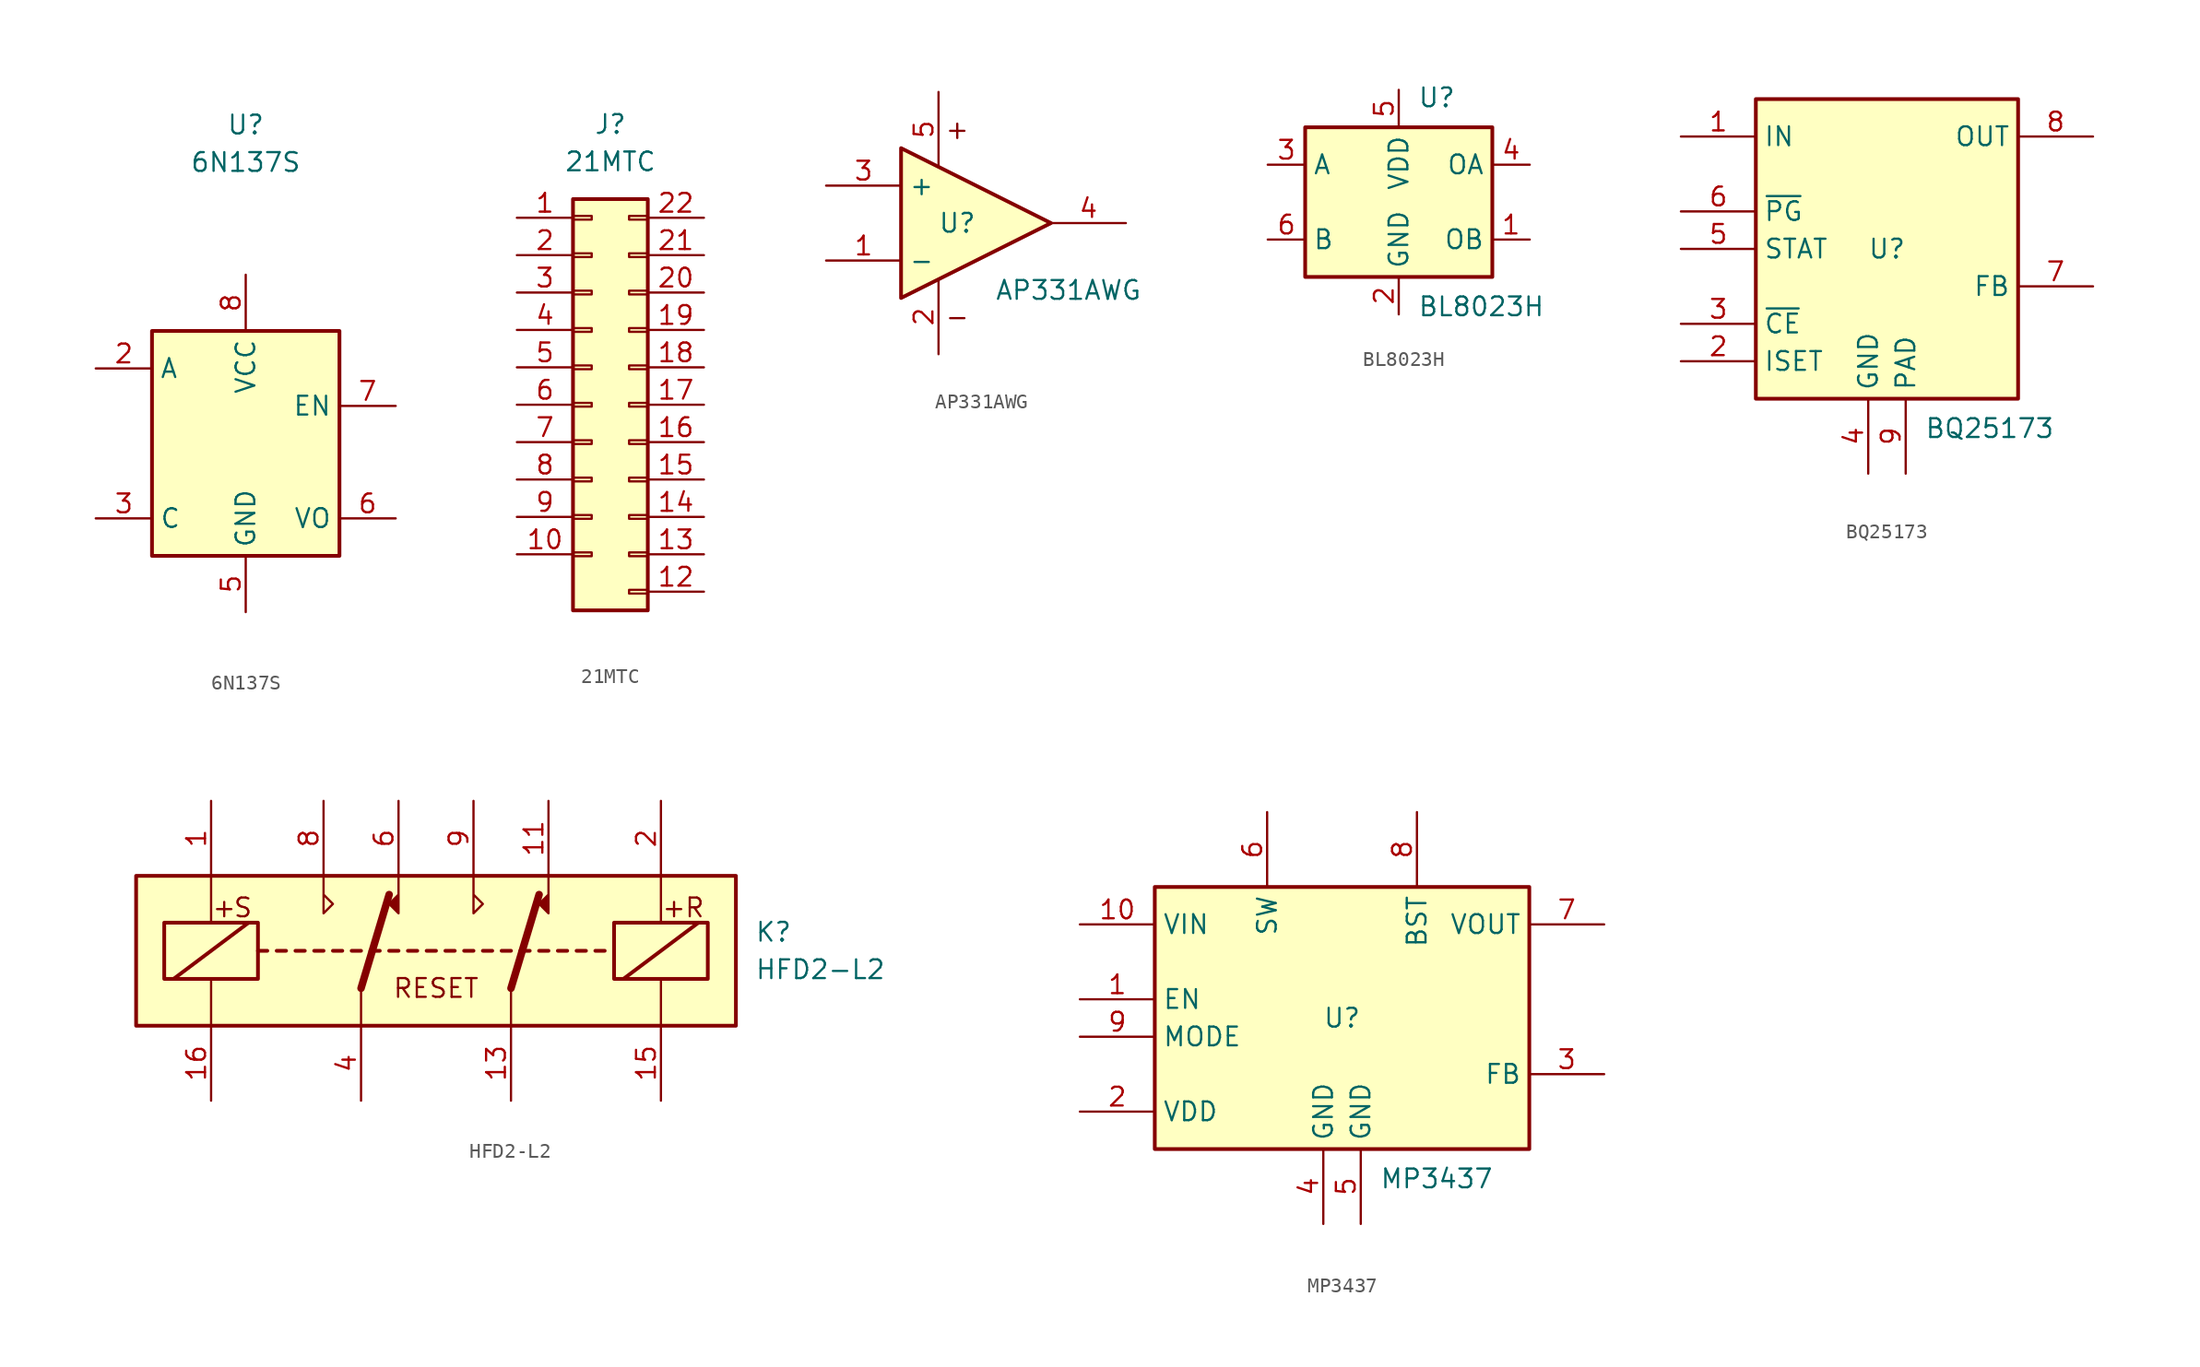
<source format=kicad_sym>
(kicad_symbol_lib
  (version 20220914)
  (generator kicad_symbol_editor)
  (symbol "6N137S"
    (property "Reference" "U"
      (at 0 21.59 0)
      (effects (font (size 1.27 1.27))))
    (property "Value" "6N137S"
      (at 0 19.05 0)
      (effects (font (size 1.27 1.27))))
    (symbol "6N137S_0_1"
      (rectangle (start -6.35 7.62) (end 6.35 -7.62) (stroke (width 0.254) (type default)) (fill (type background))))
    (symbol "6N137S_1_1"
      (pin input line (at -10.16 5.08 0) (length 3.81) (name "A" (effects (font (size 1.27 1.27)))) (number "2" (effects (font (size 1.27 1.27)))))
      (pin input line (at -10.16 -5.08 0) (length 3.81) (name "C" (effects (font (size 1.27 1.27)))) (number "3" (effects (font (size 1.27 1.27)))))
      (pin input line (at 0 -11.43 90) (length 3.81) (name "GND" (effects (font (size 1.27 1.27)))) (number "5" (effects (font (size 1.27 1.27)))))
      (pin input line (at 10.16 -5.08 180) (length 3.81) (name "VO" (effects (font (size 1.27 1.27)))) (number "6" (effects (font (size 1.27 1.27)))))
      (pin input line (at 10.16 2.54 180) (length 3.81) (name "EN" (effects (font (size 1.27 1.27)))) (number "7" (effects (font (size 1.27 1.27)))))
      (pin input line (at 0 11.43 270) (length 3.81) (name "VCC" (effects (font (size 1.27 1.27)))) (number "8" (effects (font (size 1.27 1.27)))))))
  (symbol "21MTC"
    (pin_names hide)
    (property "Reference" "J"
      (at 0 19.05 0)
      (effects (font (size 1.27 1.27))))
    (property "Value" "21MTC"
      (at 0 16.51 0)
      (effects (font (size 1.27 1.27))))
    (symbol "21MTC_1_1"
      (rectangle (start -2.54 -13.97) (end 2.54 13.97) (stroke (width 0.254) (type default)) (fill (type background)))
      (rectangle (start -1.27 -10.287) (end -2.54 -10.033) (stroke (width 0.152) (type default)) (fill (type none)))
      (rectangle (start -1.27 -7.747) (end -2.54 -7.493) (stroke (width 0.152) (type default)) (fill (type none)))
      (rectangle (start -1.27 -5.207) (end -2.54 -4.953) (stroke (width 0.152) (type default)) (fill (type none)))
      (rectangle (start -1.27 -2.667) (end -2.54 -2.413) (stroke (width 0.152) (type default)) (fill (type none)))
      (rectangle (start -1.27 -0.127) (end -2.54 0.127) (stroke (width 0.152) (type default)) (fill (type none)))
      (rectangle (start -1.27 2.413) (end -2.54 2.667) (stroke (width 0.152) (type default)) (fill (type none)))
      (rectangle (start -1.27 4.953) (end -2.54 5.207) (stroke (width 0.152) (type default)) (fill (type none)))
      (rectangle (start -1.27 7.493) (end -2.54 7.747) (stroke (width 0.152) (type default)) (fill (type none)))
      (rectangle (start -1.27 10.033) (end -2.54 10.287) (stroke (width 0.152) (type default)) (fill (type none)))
      (rectangle (start -1.27 12.573) (end -2.54 12.827) (stroke (width 0.152) (type default)) (fill (type none)))
      (rectangle (start 1.27 -12.827) (end 2.54 -12.573) (stroke (width 0.152) (type default)) (fill (type none)))
      (rectangle (start 1.27 -10.287) (end 2.54 -10.033) (stroke (width 0.152) (type default)) (fill (type none)))
      (rectangle (start 1.27 -7.747) (end 2.54 -7.493) (stroke (width 0.152) (type default)) (fill (type none)))
      (rectangle (start 1.27 -5.207) (end 2.54 -4.953) (stroke (width 0.152) (type default)) (fill (type none)))
      (rectangle (start 1.27 -2.667) (end 2.54 -2.413) (stroke (width 0.152) (type default)) (fill (type none)))
      (rectangle (start 1.27 -0.127) (end 2.54 0.127) (stroke (width 0.152) (type default)) (fill (type none)))
      (rectangle (start 1.27 2.413) (end 2.54 2.667) (stroke (width 0.152) (type default)) (fill (type none)))
      (rectangle (start 1.27 4.953) (end 2.54 5.207) (stroke (width 0.152) (type default)) (fill (type none)))
      (rectangle (start 1.27 7.493) (end 2.54 7.747) (stroke (width 0.152) (type default)) (fill (type none)))
      (rectangle (start 1.27 10.033) (end 2.54 10.287) (stroke (width 0.152) (type default)) (fill (type none)))
      (rectangle (start 1.27 12.573) (end 2.54 12.827) (stroke (width 0.152) (type default)) (fill (type none)))
      (pin passive line (at -6.35 12.7 0) (length 3.81) (name "Pin_2" (effects (font (size 1.27 1.27)))) (number "1" (effects (font (size 1.27 1.27)))))
      (pin passive line (at -6.35 -10.16 0) (length 3.81) (name "Pin_20" (effects (font (size 1.27 1.27)))) (number "10" (effects (font (size 1.27 1.27)))))
      (pin passive line (at 6.35 -12.7 180) (length 3.81) (name "Pin_21" (effects (font (size 1.27 1.27)))) (number "12" (effects (font (size 1.27 1.27)))))
      (pin passive line (at 6.35 -10.16 180) (length 3.81) (name "Pin_19" (effects (font (size 1.27 1.27)))) (number "13" (effects (font (size 1.27 1.27)))))
      (pin passive line (at 6.35 -7.62 180) (length 3.81) (name "Pin_17" (effects (font (size 1.27 1.27)))) (number "14" (effects (font (size 1.27 1.27)))))
      (pin passive line (at 6.35 -5.08 180) (length 3.81) (name "Pin_15" (effects (font (size 1.27 1.27)))) (number "15" (effects (font (size 1.27 1.27)))))
      (pin passive line (at 6.35 -2.54 180) (length 3.81) (name "Pin_13" (effects (font (size 1.27 1.27)))) (number "16" (effects (font (size 1.27 1.27)))))
      (pin passive line (at 6.35 0 180) (length 3.81) (name "Pin_11" (effects (font (size 1.27 1.27)))) (number "17" (effects (font (size 1.27 1.27)))))
      (pin passive line (at 6.35 2.54 180) (length 3.81) (name "Pin_9" (effects (font (size 1.27 1.27)))) (number "18" (effects (font (size 1.27 1.27)))))
      (pin passive line (at 6.35 5.08 180) (length 3.81) (name "Pin_7" (effects (font (size 1.27 1.27)))) (number "19" (effects (font (size 1.27 1.27)))))
      (pin passive line (at -6.35 10.16 0) (length 3.81) (name "Pin_4" (effects (font (size 1.27 1.27)))) (number "2" (effects (font (size 1.27 1.27)))))
      (pin passive line (at 6.35 7.62 180) (length 3.81) (name "Pin_5" (effects (font (size 1.27 1.27)))) (number "20" (effects (font (size 1.27 1.27)))))
      (pin passive line (at 6.35 10.16 180) (length 3.81) (name "Pin_3" (effects (font (size 1.27 1.27)))) (number "21" (effects (font (size 1.27 1.27)))))
      (pin passive line (at 6.35 12.7 180) (length 3.81) (name "Pin_1" (effects (font (size 1.27 1.27)))) (number "22" (effects (font (size 1.27 1.27)))))
      (pin passive line (at -6.35 7.62 0) (length 3.81) (name "Pin_6" (effects (font (size 1.27 1.27)))) (number "3" (effects (font (size 1.27 1.27)))))
      (pin passive line (at -6.35 5.08 0) (length 3.81) (name "Pin_8" (effects (font (size 1.27 1.27)))) (number "4" (effects (font (size 1.27 1.27)))))
      (pin passive line (at -6.35 2.54 0) (length 3.81) (name "Pin_10" (effects (font (size 1.27 1.27)))) (number "5" (effects (font (size 1.27 1.27)))))
      (pin passive line (at -6.35 0 0) (length 3.81) (name "Pin_12" (effects (font (size 1.27 1.27)))) (number "6" (effects (font (size 1.27 1.27)))))
      (pin passive line (at -6.35 -2.54 0) (length 3.81) (name "Pin_14" (effects (font (size 1.27 1.27)))) (number "7" (effects (font (size 1.27 1.27)))))
      (pin passive line (at -6.35 -5.08 0) (length 3.81) (name "Pin_16" (effects (font (size 1.27 1.27)))) (number "8" (effects (font (size 1.27 1.27)))))
      (pin passive line (at -6.35 -7.62 0) (length 3.81) (name "Pin_18" (effects (font (size 1.27 1.27)))) (number "9" (effects (font (size 1.27 1.27)))))))
  (symbol "AP331AWG"
    (property "Reference" "U"
      (at -1.27 0 0)
      (do_not_autoplace)
      (effects (font (size 1.27 1.27))))
    (property "Value" "AP331AWG"
      (at 1.27 -3.81 0)
      (effects (font (size 1.27 1.27)) (justify left top)))
    (symbol "AP331AWG_0_1"
      (polyline (pts (xy 5.08 0) (xy -5.08 5.08) (xy -5.08 -5.08) (xy 5.08 0)) (stroke (width 0.254) (type default)) (fill (type background)))
      (text "+" (at -1.27 6.35 0) (effects (font (size 1.27 1.27))))
      (text "-" (at -1.27 -6.35 0) (effects (font (size 1.27 1.27)))))
    (symbol "AP331AWG_1_1"
      (pin input line (at -10.16 -2.54 0) (length 5.08) (name "-" (effects (font (size 1.27 1.27)))) (number "1" (effects (font (size 1.27 1.27)))))
      (pin power_out line (at -2.54 -8.89 90) (length 5.08) (name "" (effects (font (size 1.27 1.27)))) (number "2" (effects (font (size 1.27 1.27)))))
      (pin input line (at -10.16 2.54 0) (length 5.08) (name "+" (effects (font (size 1.27 1.27)))) (number "3" (effects (font (size 1.27 1.27)))))
      (pin open_collector line (at 10.16 0 180) (length 5.08) (name "" (effects (font (size 1.27 1.27)))) (number "4" (effects (font (size 1.27 1.27)))))
      (pin power_in line (at -2.54 8.89 270) (length 5.08) (name "" (effects (font (size 1.27 1.27)))) (number "5" (effects (font (size 1.27 1.27)))))))
  (symbol "BL8023H"
    (property "Reference" "U"
      (at 1.27 6.35 0)
      (effects (font (size 1.27 1.27)) (justify left bottom)))
    (property "Value" "BL8023H"
      (at 1.27 -6.35 0)
      (effects (font (size 1.27 1.27)) (justify left top)))
    (symbol "BL8023H_0_1"
      (rectangle (start -6.35 5.08) (end 6.35 -5.08) (stroke (width 0.254) (type default)) (fill (type background))))
    (symbol "BL8023H_1_1"
      (pin input line (at 8.89 -2.54 180) (length 2.54) (name "OB" (effects (font (size 1.27 1.27)))) (number "1" (effects (font (size 1.27 1.27)))))
      (pin input line (at 0 -7.62 90) (length 2.54) (name "GND" (effects (font (size 1.27 1.27)))) (number "2" (effects (font (size 1.27 1.27)))))
      (pin input line (at -8.89 2.54 0) (length 2.54) (name "A" (effects (font (size 1.27 1.27)))) (number "3" (effects (font (size 1.27 1.27)))))
      (pin input line (at 8.89 2.54 180) (length 2.54) (name "OA" (effects (font (size 1.27 1.27)))) (number "4" (effects (font (size 1.27 1.27)))))
      (pin input line (at 0 7.62 270) (length 2.54) (name "VDD" (effects (font (size 1.27 1.27)))) (number "5" (effects (font (size 1.27 1.27)))))
      (pin input line (at -8.89 -2.54 0) (length 2.54) (name "B" (effects (font (size 1.27 1.27)))) (number "6" (effects (font (size 1.27 1.27)))))))
  (symbol "BQ25173"
    (property "Reference" "U"
      (at 0 0 0)
      (do_not_autoplace)
      (effects (font (size 1.27 1.27))))
    (property "Value" "BQ25173"
      (at 2.54 -11.43 0)
      (do_not_autoplace)
      (effects (font (size 1.27 1.27)) (justify left top)))
    (symbol "BQ25173_0_1"
      (rectangle (start -8.89 10.16) (end 8.89 -10.16) (stroke (width 0.254) (type default)) (fill (type background))))
    (symbol "BQ25173_1_1"
      (pin power_in line (at -13.97 7.62 0) (length 5.08) (name "IN" (effects (font (size 1.27 1.27)))) (number "1" (effects (font (size 1.27 1.27)))))
      (pin input line (at -13.97 -7.62 0) (length 5.08) (name "ISET" (effects (font (size 1.27 1.27)))) (number "2" (effects (font (size 1.27 1.27)))))
      (pin input line (at -13.97 -5.08 0) (length 5.08) (name "~{CE}" (effects (font (size 1.27 1.27)))) (number "3" (effects (font (size 1.27 1.27)))))
      (pin power_in line (at -1.27 -15.24 90) (length 5.08) (name "GND" (effects (font (size 1.27 1.27)))) (number "4" (effects (font (size 1.27 1.27)))))
      (pin output line (at -13.97 0 0) (length 5.08) (name "STAT" (effects (font (size 1.27 1.27)))) (number "5" (effects (font (size 1.27 1.27)))))
      (pin output line (at -13.97 2.54 0) (length 5.08) (name "~{PG}" (effects (font (size 1.27 1.27)))) (number "6" (effects (font (size 1.27 1.27)))))
      (pin input line (at 13.97 -2.54 180) (length 5.08) (name "FB" (effects (font (size 1.27 1.27)))) (number "7" (effects (font (size 1.27 1.27)))))
      (pin power_out line (at 13.97 7.62 180) (length 5.08) (name "OUT" (effects (font (size 1.27 1.27)))) (number "8" (effects (font (size 1.27 1.27)))))
      (pin power_in line (at 1.27 -15.24 90) (length 5.08) (name "PAD" (effects (font (size 1.27 1.27)))) (number "9" (effects (font (size 1.27 1.27)))))))
  (symbol "HFD2-L2"
    (property "Reference" "K"
      (at 21.59 1.27 0)
      (do_not_autoplace)
      (effects (font (size 1.27 1.27)) (justify left)))
    (property "Value" "HFD2-L2"
      (at 21.59 -1.27 0)
      (do_not_autoplace)
      (effects (font (size 1.27 1.27)) (justify left)))
    (symbol "HFD2-L2_0_1"
      (text "RESET" (at 0 -2.54 0) (effects (font (size 1.27 1.27)))))
    (symbol "HFD2-L2_1_1"
      (rectangle (start -20.32 5.08) (end 20.32 -5.08) (stroke (width 0.254) (type default)) (fill (type background)))
      (rectangle (start -18.415 1.905) (end -12.065 -1.905) (stroke (width 0.254) (type default)) (fill (type none)))
      (polyline (pts (xy -17.78 -1.905) (xy -12.7 1.905)) (stroke (width 0.254) (type default)) (fill (type none)))
      (polyline (pts (xy -15.24 -5.08) (xy -15.24 -1.905)) (stroke (width 0) (type default)) (fill (type none)))
      (polyline (pts (xy -15.24 5.08) (xy -15.24 1.905)) (stroke (width 0) (type default)) (fill (type none)))
      (polyline (pts (xy -12.065 0) (xy -11.43 0)) (stroke (width 0.254) (type default)) (fill (type none)))
      (polyline (pts (xy -10.795 0) (xy -10.16 0)) (stroke (width 0.254) (type default)) (fill (type none)))
      (polyline (pts (xy -9.525 0) (xy -8.89 0)) (stroke (width 0.254) (type default)) (fill (type none)))
      (polyline (pts (xy -8.255 0) (xy -7.62 0)) (stroke (width 0.254) (type default)) (fill (type none)))
      (polyline (pts (xy -6.985 0) (xy -6.35 0)) (stroke (width 0.254) (type default)) (fill (type none)))
      (polyline (pts (xy -5.715 0) (xy -5.08 0)) (stroke (width 0.254) (type default)) (fill (type none)))
      (polyline (pts (xy -5.08 -2.54) (xy -5.08 -5.08)) (stroke (width 0) (type default)) (fill (type none)))
      (polyline (pts (xy -5.08 -2.54) (xy -3.175 3.81)) (stroke (width 0.508) (type default)) (fill (type none)))
      (polyline (pts (xy -4.445 0) (xy -3.81 0)) (stroke (width 0.254) (type default)) (fill (type none)))
      (polyline (pts (xy -3.175 0) (xy -2.54 0)) (stroke (width 0.254) (type default)) (fill (type none)))
      (polyline (pts (xy -1.905 0) (xy -1.27 0)) (stroke (width 0.254) (type default)) (fill (type none)))
      (polyline (pts (xy -0.635 0) (xy 0 0)) (stroke (width 0.254) (type default)) (fill (type none)))
      (polyline (pts (xy 0.635 0) (xy 1.27 0)) (stroke (width 0.254) (type default)) (fill (type none)))
      (polyline (pts (xy 1.905 0) (xy 2.54 0)) (stroke (width 0.254) (type default)) (fill (type none)))
      (polyline (pts (xy 3.175 0) (xy 3.81 0)) (stroke (width 0.254) (type default)) (fill (type none)))
      (polyline (pts (xy 4.445 0) (xy 5.08 0)) (stroke (width 0.254) (type default)) (fill (type none)))
      (polyline (pts (xy 5.08 -2.54) (xy 5.08 -5.08)) (stroke (width 0) (type default)) (fill (type none)))
      (polyline (pts (xy 5.08 -2.54) (xy 6.985 3.81)) (stroke (width 0.508) (type default)) (fill (type none)))
      (polyline (pts (xy 5.715 0) (xy 6.35 0)) (stroke (width 0.254) (type default)) (fill (type none)))
      (polyline (pts (xy 6.985 0) (xy 7.62 0)) (stroke (width 0.254) (type default)) (fill (type none)))
      (polyline (pts (xy 8.255 0) (xy 8.89 0)) (stroke (width 0.254) (type default)) (fill (type none)))
      (polyline (pts (xy 9.525 0) (xy 10.16 0)) (stroke (width 0.254) (type default)) (fill (type none)))
      (polyline (pts (xy 10.795 0) (xy 11.43 0)) (stroke (width 0.254) (type default)) (fill (type none)))
      (polyline (pts (xy 12.7 -1.905) (xy 17.78 1.905)) (stroke (width 0.254) (type default)) (fill (type none)))
      (polyline (pts (xy 15.24 -5.08) (xy 15.24 -1.905)) (stroke (width 0) (type default)) (fill (type none)))
      (polyline (pts (xy 15.24 5.08) (xy 15.24 1.905)) (stroke (width 0) (type default)) (fill (type none)))
      (polyline (pts (xy -7.62 5.08) (xy -7.62 2.54) (xy -6.985 3.175) (xy -7.62 3.81)) (stroke (width 0) (type default)) (fill (type none)))
      (polyline (pts (xy -2.54 5.08) (xy -2.54 2.54) (xy -3.175 3.175) (xy -2.54 3.81)) (stroke (width 0) (type default)) (fill (type outline)))
      (polyline (pts (xy 2.54 5.08) (xy 2.54 2.54) (xy 3.175 3.175) (xy 2.54 3.81)) (stroke (width 0) (type default)) (fill (type none)))
      (polyline (pts (xy 7.62 5.08) (xy 7.62 2.54) (xy 6.985 3.175) (xy 7.62 3.81)) (stroke (width 0) (type default)) (fill (type outline)))
      (rectangle (start 12.065 1.905) (end 18.415 -1.905) (stroke (width 0.254) (type default)) (fill (type none)))
      (text "+" (at -14.351 2.921 0) (effects (font (size 1.27 1.27))))
      (text "+" (at 16.129 2.921 0) (effects (font (size 1.27 1.27))))
      (text "R" (at 17.526 2.921 0) (effects (font (size 1.27 1.27))))
      (text "S" (at -13.081 2.921 0) (effects (font (size 1.27 1.27))))
      (pin passive line (at -15.24 10.16 270) (length 5.08) (name "~" (effects (font (size 1.27 1.27)))) (number "1" (effects (font (size 1.27 1.27)))))
      (pin passive line (at 7.62 10.16 270) (length 5.08) (name "~" (effects (font (size 1.27 1.27)))) (number "11" (effects (font (size 1.27 1.27)))))
      (pin passive line (at 5.08 -10.16 90) (length 5.08) (name "~" (effects (font (size 1.27 1.27)))) (number "13" (effects (font (size 1.27 1.27)))))
      (pin passive line (at 15.24 -10.16 90) (length 5.08) (name "~" (effects (font (size 1.27 1.27)))) (number "15" (effects (font (size 1.27 1.27)))))
      (pin passive line (at -15.24 -10.16 90) (length 5.08) (name "~" (effects (font (size 1.27 1.27)))) (number "16" (effects (font (size 1.27 1.27)))))
      (pin passive line (at 15.24 10.16 270) (length 5.08) (name "~" (effects (font (size 1.27 1.27)))) (number "2" (effects (font (size 1.27 1.27)))))
      (pin passive line (at -5.08 -10.16 90) (length 5.08) (name "~" (effects (font (size 1.27 1.27)))) (number "4" (effects (font (size 1.27 1.27)))))
      (pin passive line (at -2.54 10.16 270) (length 5.08) (name "~" (effects (font (size 1.27 1.27)))) (number "6" (effects (font (size 1.27 1.27)))))
      (pin passive line (at -7.62 10.16 270) (length 5.08) (name "~" (effects (font (size 1.27 1.27)))) (number "8" (effects (font (size 1.27 1.27)))))
      (pin passive line (at 2.54 10.16 270) (length 5.08) (name "~" (effects (font (size 1.27 1.27)))) (number "9" (effects (font (size 1.27 1.27)))))))
  (symbol "MP3437"
    (property "Reference" "U"
      (at 0 0 0)
      (do_not_autoplace)
      (effects (font (size 1.27 1.27))))
    (property "Value" "MP3437"
      (at 2.54 -10.16 0)
      (do_not_autoplace)
      (effects (font (size 1.27 1.27)) (justify left top)))
    (symbol "MP3437_0_1"
      (rectangle (start -12.7 8.89) (end 12.7 -8.89) (stroke (width 0.254) (type default)) (fill (type background))))
    (symbol "MP3437_1_1"
      (pin input line (at -17.78 1.27 0) (length 5.08) (name "EN" (effects (font (size 1.27 1.27)))) (number "1" (effects (font (size 1.27 1.27)))))
      (pin power_in line (at -17.78 6.35 0) (length 5.08) (name "VIN" (effects (font (size 1.27 1.27)))) (number "10" (effects (font (size 1.27 1.27)))))
      (pin power_in line (at -17.78 -6.35 0) (length 5.08) (name "VDD" (effects (font (size 1.27 1.27)))) (number "2" (effects (font (size 1.27 1.27)))))
      (pin input line (at 17.78 -3.81 180) (length 5.08) (name "FB" (effects (font (size 1.27 1.27)))) (number "3" (effects (font (size 1.27 1.27)))))
      (pin power_in line (at -1.27 -13.97 90) (length 5.08) (name "GND" (effects (font (size 1.27 1.27)))) (number "4" (effects (font (size 1.27 1.27)))))
      (pin power_in line (at 1.27 -13.97 90) (length 5.08) (name "GND" (effects (font (size 1.27 1.27)))) (number "5" (effects (font (size 1.27 1.27)))))
      (pin output line (at -5.08 13.97 270) (length 5.08) (name "SW" (effects (font (size 1.27 1.27)))) (number "6" (effects (font (size 1.27 1.27)))))
      (pin power_out line (at 17.78 6.35 180) (length 5.08) (name "VOUT" (effects (font (size 1.27 1.27)))) (number "7" (effects (font (size 1.27 1.27)))))
      (pin output line (at 5.08 13.97 270) (length 5.08) (name "BST" (effects (font (size 1.27 1.27)))) (number "8" (effects (font (size 1.27 1.27)))))
      (pin input line (at -17.78 -1.27 0) (length 5.08) (name "MODE" (effects (font (size 1.27 1.27)))) (number "9" (effects (font (size 1.27 1.27))))))))
</source>
